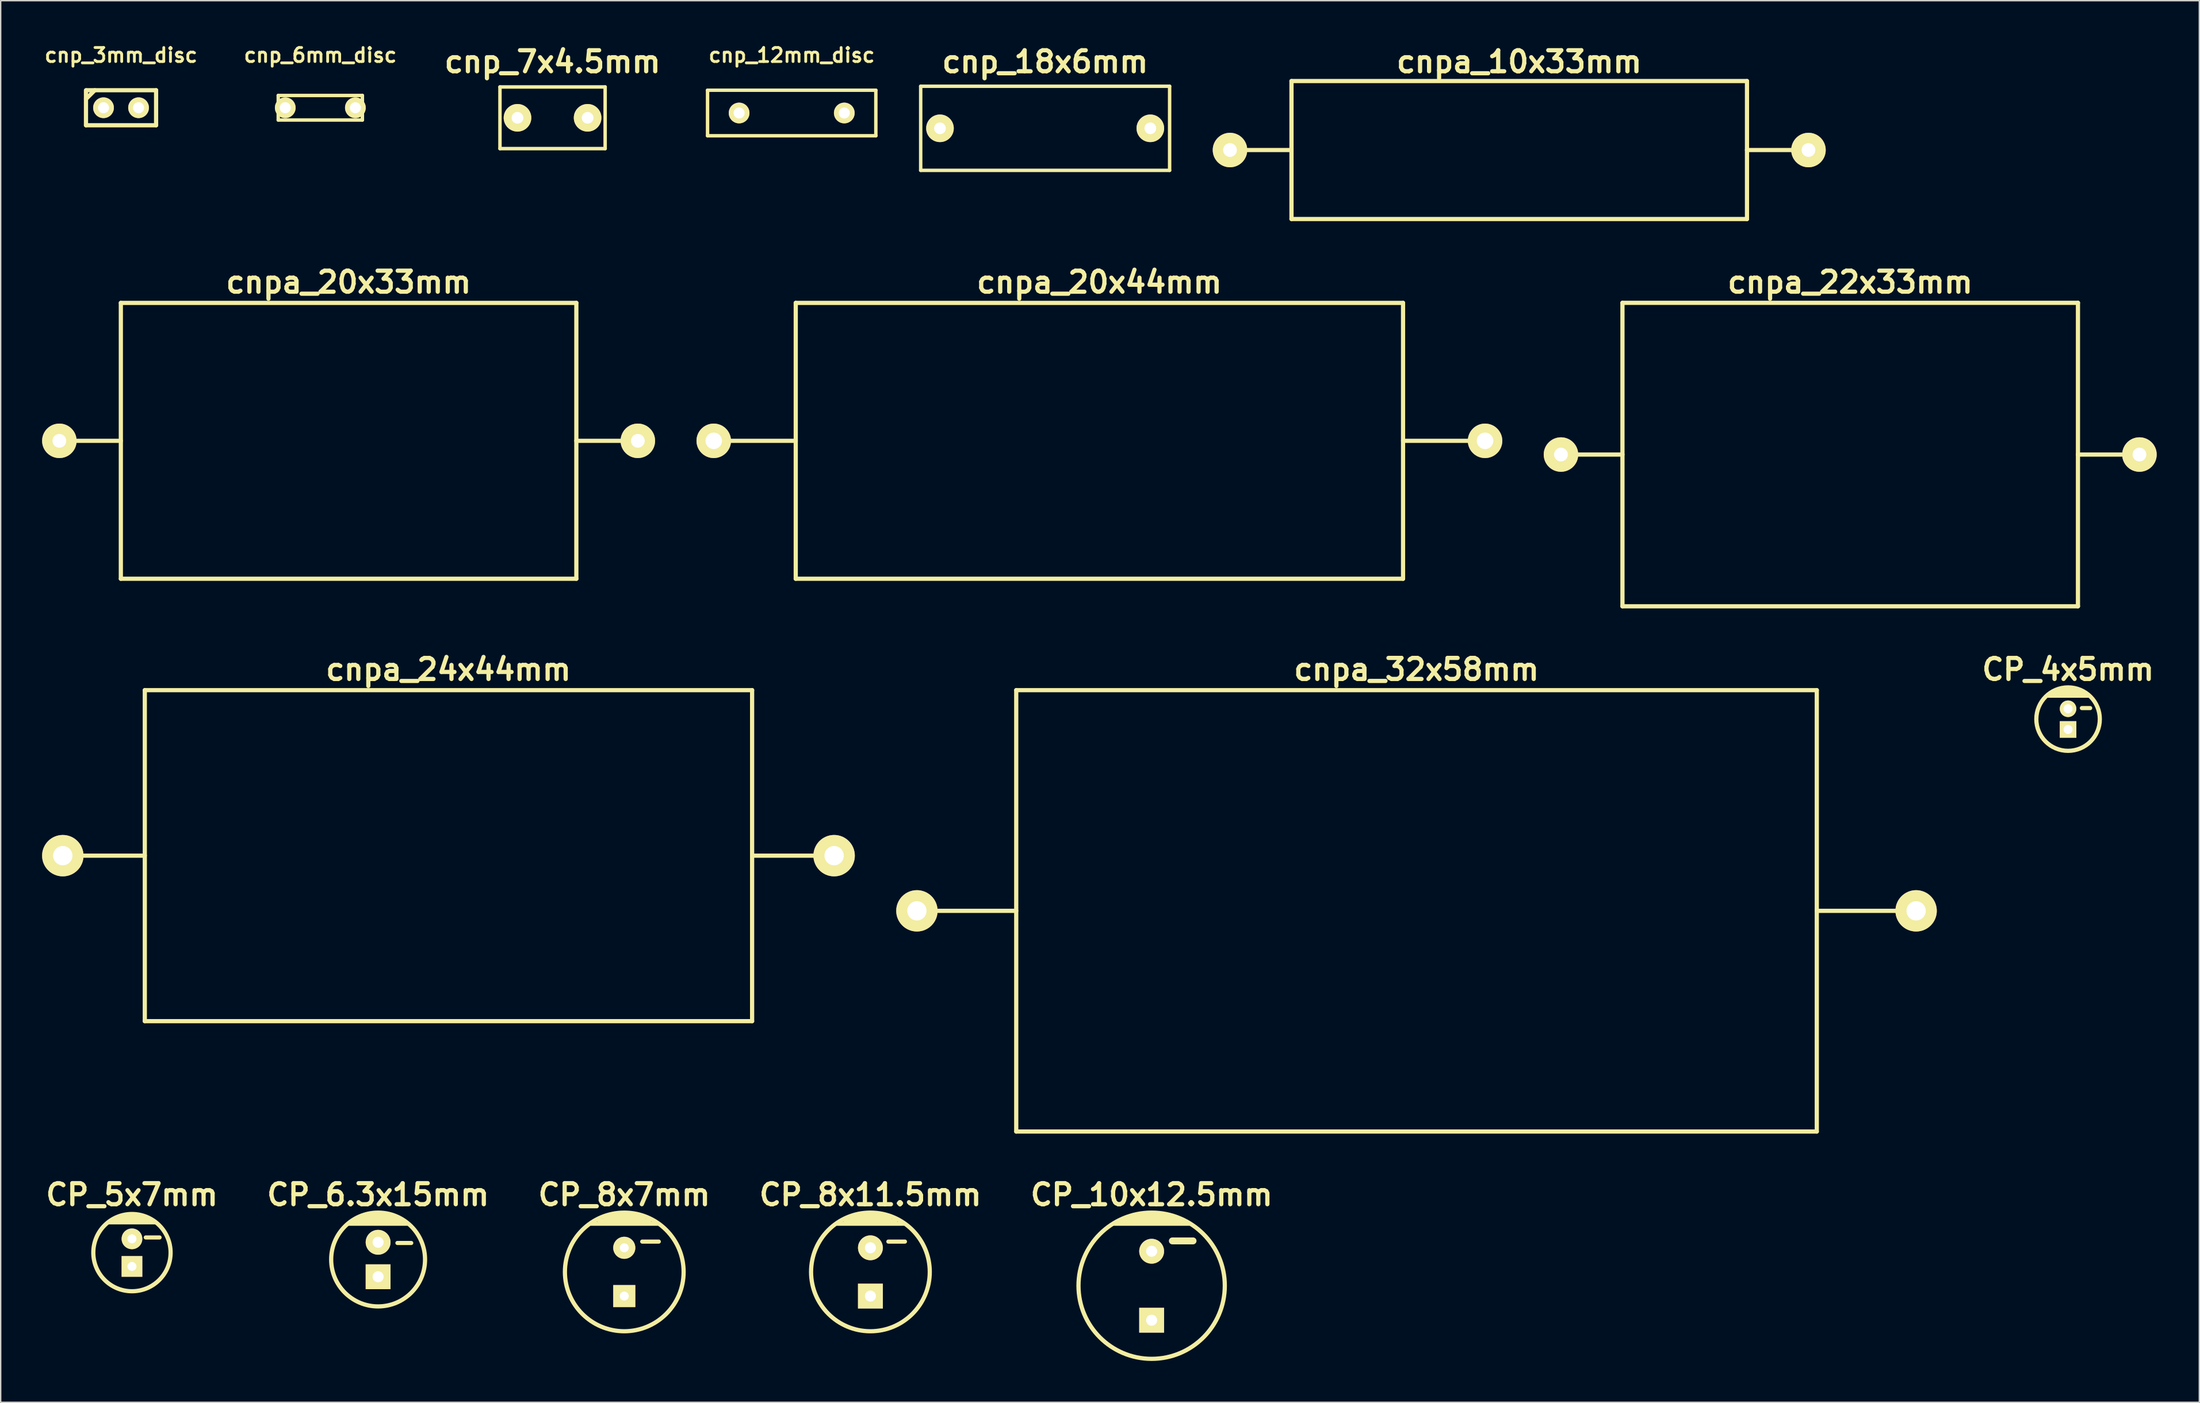
<source format=kicad_pcb>
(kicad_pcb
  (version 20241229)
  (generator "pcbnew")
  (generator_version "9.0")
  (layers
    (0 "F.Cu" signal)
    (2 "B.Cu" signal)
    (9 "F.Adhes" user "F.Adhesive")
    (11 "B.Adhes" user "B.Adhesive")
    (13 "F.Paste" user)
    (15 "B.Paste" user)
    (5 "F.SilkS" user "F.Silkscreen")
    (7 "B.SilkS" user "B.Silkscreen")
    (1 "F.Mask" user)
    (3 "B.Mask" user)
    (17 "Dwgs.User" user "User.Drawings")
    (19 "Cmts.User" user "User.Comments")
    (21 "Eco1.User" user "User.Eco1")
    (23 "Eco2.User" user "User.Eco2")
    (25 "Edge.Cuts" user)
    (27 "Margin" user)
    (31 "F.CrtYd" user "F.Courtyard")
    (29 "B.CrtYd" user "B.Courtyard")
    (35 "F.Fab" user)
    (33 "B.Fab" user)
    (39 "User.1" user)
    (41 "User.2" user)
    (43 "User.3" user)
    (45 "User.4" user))
  (footprint "cnp_18x6mm"
    (layer "F.Cu")
    (at 72.669 6.252)
    (property "Reference" "cnp_18x6mm" (at 0 -4.826 0) (layer "F.SilkS") (effects (font (size 1.524 1.524) (thickness 0.305))))
    (attr through_hole)
    (fp_line (start -9.017 -3.048) (end -9.017 3.048) (stroke (width 0.249) (type solid)) (layer "F.SilkS"))
    (fp_line (start -9.017 3.048) (end 9.017 3.048) (stroke (width 0.249) (type solid)) (layer "F.SilkS"))
    (fp_line (start 9.017 -3.048) (end -9.017 -3.048) (stroke (width 0.249) (type solid)) (layer "F.SilkS"))
    (fp_line (start 9.017 -3.048) (end 9.017 3.048) (stroke (width 0.249) (type solid)) (layer "F.SilkS"))
    (pad "1" thru_hole circle (at -7.62 0) (size 1.999 1.999) (drill 0.848) (layers "*.Cu" "*.Mask" "F.SilkS"))
    (pad "2" thru_hole circle (at 7.62 0) (size 1.999 1.999) (drill 0.848) (layers "*.Cu" "*.Mask" "F.SilkS")))
  (footprint "cnp_7x4.5mm"
    (layer "F.Cu")
    (at 36.981 5.49)
    (property "Reference" "cnp_7x4.5mm" (at 0 -4.064 0) (layer "F.SilkS") (effects (font (size 1.524 1.524) (thickness 0.305))))
    (attr through_hole)
    (fp_line (start -3.81 -2.235) (end 3.81 -2.235) (stroke (width 0.254) (type solid)) (layer "F.SilkS"))
    (fp_line (start -3.81 2.235) (end -3.81 -2.235) (stroke (width 0.249) (type solid)) (layer "F.SilkS"))
    (fp_line (start 3.81 2.235) (end -3.81 2.235) (stroke (width 0.254) (type solid)) (layer "F.SilkS"))
    (fp_line (start 3.81 2.235) (end 3.81 -2.235) (stroke (width 0.249) (type solid)) (layer "F.SilkS"))
    (pad "1" thru_hole circle (at -2.54 0) (size 1.999 1.999) (drill 0.848) (layers "*.Cu" "*.Mask" "F.SilkS"))
    (pad "2" thru_hole circle (at 2.54 0) (size 1.999 1.999) (drill 0.848) (layers "*.Cu" "*.Mask" "F.SilkS")))
  (footprint "cnpa_20x44mm"
    (layer "F.Cu")
    (at 76.599 28.909)
    (property "Reference" "cnpa_20x44mm" (at 0 -11.501 0) (layer "F.SilkS") (effects (font (size 1.524 1.524) (thickness 0.305))))
    (attr through_hole)
    (fp_line (start -21.999 -10) (end -21.999 10) (stroke (width 0.305) (type solid)) (layer "F.SilkS"))
    (fp_line (start -21.999 0) (end -28.001 0) (stroke (width 0.305) (type solid)) (layer "F.SilkS"))
    (fp_line (start -21.999 10) (end 21.999 10) (stroke (width 0.305) (type solid)) (layer "F.SilkS"))
    (fp_line (start 21.999 -10) (end -21.999 -10) (stroke (width 0.305) (type solid)) (layer "F.SilkS"))
    (fp_line (start 21.999 0) (end 28.001 0) (stroke (width 0.305) (type solid)) (layer "F.SilkS"))
    (fp_line (start 21.999 10) (end 21.999 -10) (stroke (width 0.305) (type solid)) (layer "F.SilkS"))
    (pad "1" thru_hole circle (at 27.94 0) (size 2.499 2.499) (drill 1.199) (layers "*.Cu" "*.Mask" "F.SilkS"))
    (pad "2" thru_hole circle (at -27.94 0) (size 2.499 2.499) (drill 1.199) (layers "*.Cu" "*.Mask" "F.SilkS")))
  (footprint "cnpa_24x44mm"
    (layer "F.Cu")
    (at 29.44 58.984)
    (property "Reference" "cnpa_24x44mm" (at 0 -13.5 0) (layer "F.SilkS") (effects (font (size 1.524 1.524) (thickness 0.305))))
    (attr through_hole)
    (fp_line (start -21.999 0) (end -28.001 0) (stroke (width 0.305) (type solid)) (layer "F.SilkS"))
    (fp_line (start -21.999 11.999) (end -21.999 -11.999) (stroke (width 0.305) (type solid)) (layer "F.SilkS"))
    (fp_line (start -21.999 11.999) (end 21.999 11.999) (stroke (width 0.305) (type solid)) (layer "F.SilkS"))
    (fp_line (start 21.999 -11.999) (end -21.999 -11.999) (stroke (width 0.305) (type solid)) (layer "F.SilkS"))
    (fp_line (start 21.999 -11.999) (end 21.999 11.999) (stroke (width 0.305) (type solid)) (layer "F.SilkS"))
    (fp_line (start 21.999 0) (end 28.001 0) (stroke (width 0.305) (type solid)) (layer "F.SilkS"))
    (pad "1" thru_hole circle (at 27.94 0) (size 3 3) (drill 1.4) (layers "*.Cu" "*.Mask" "F.SilkS"))
    (pad "2" thru_hole circle (at -27.94 0) (size 3 3) (drill 1.4) (layers "*.Cu" "*.Mask" "F.SilkS")))
  (footprint "CP_10x12.5mm"
    (layer "F.Cu")
    (at 80.384 90.163)
    (property "Reference" "CP_10x12.5mm" (at 0 -6.6 0) (layer "F.SilkS") (effects (font (size 1.524 1.524) (thickness 0.305))))
    (attr through_hole)
    (fp_line (start -2.7 -4.5) (end 2.7 -4.5) (stroke (width 0.305) (type solid)) (layer "F.SilkS"))
    (fp_line (start -1.3 -5.1) (end 1.3 -5.1) (stroke (width 0.305) (type solid)) (layer "F.SilkS"))
    (fp_line (start 1.5 -3.25) (end 3 -3.25) (stroke (width 0.5) (type solid)) (layer "F.SilkS"))
    (fp_line (start 1.9 -4.9) (end -1.9 -4.9) (stroke (width 0.305) (type solid)) (layer "F.SilkS"))
    (fp_line (start 2.3 -4.7) (end -2.3 -4.7) (stroke (width 0.305) (type solid)) (layer "F.SilkS"))
    (fp_circle (center 0 0) (end -5.3 0) (stroke (width 0.305) (type solid)) (fill no) (layer "F.SilkS"))
    (pad "1" thru_hole rect (at 0 2.5) (size 1.8 1.8) (drill 0.8) (layers "*.Cu" "*.Mask" "F.SilkS"))
    (pad "2" thru_hole circle (at 0 -2.5) (size 1.8 1.8) (drill 0.8) (layers "*.Cu" "*.Mask" "F.SilkS")))
  (footprint "CP_8x11.5mm"
    (layer "F.Cu")
    (at 60.01 89.163)
    (property "Reference" "CP_8x11.5mm" (at 0 -5.6 0) (layer "F.SilkS") (effects (font (size 1.524 1.524) (thickness 0.305))))
    (attr through_hole)
    (fp_line (start -2.4 -3.5) (end 2.4 -3.5) (stroke (width 0.305) (type solid)) (layer "F.SilkS"))
    (fp_line (start -1.8 -3.7) (end 1.8 -3.7) (stroke (width 0.305) (type solid)) (layer "F.SilkS"))
    (fp_line (start -1.4 -3.9) (end 1.4 -3.9) (stroke (width 0.305) (type solid)) (layer "F.SilkS"))
    (fp_line (start -0.8 -4.1) (end 0.9 -4.1) (stroke (width 0.305) (type solid)) (layer "F.SilkS"))
    (fp_line (start 1.3 -2.2) (end 2.5 -2.2) (stroke (width 0.3) (type solid)) (layer "F.SilkS"))
    (fp_circle (center 0 0) (end -4.3 0) (stroke (width 0.305) (type solid)) (fill no) (layer "F.SilkS"))
    (pad "1" thru_hole rect (at 0 1.75) (size 1.8 1.8) (drill 0.8) (layers "*.Cu" "*.Mask" "F.SilkS"))
    (pad "2" thru_hole circle (at 0 -1.75) (size 1.8 1.8) (drill 0.8) (layers "*.Cu" "*.Mask" "F.SilkS")))
  (footprint "cnpa_32x58mm"
    (layer "F.Cu")
    (at 99.573 62.984)
    (property "Reference" "cnpa_32x58mm" (at 0 -17.501 0) (layer "F.SilkS") (effects (font (size 1.524 1.524) (thickness 0.305))))
    (attr through_hole)
    (fp_line (start -28.999 -15.999) (end 28.999 -15.999) (stroke (width 0.305) (type solid)) (layer "F.SilkS"))
    (fp_line (start -28.999 0) (end -36.5 0) (stroke (width 0.305) (type solid)) (layer "F.SilkS"))
    (fp_line (start -28.999 15.999) (end -28.999 -15.999) (stroke (width 0.305) (type solid)) (layer "F.SilkS"))
    (fp_line (start 28.999 -15.999) (end 28.999 15.999) (stroke (width 0.305) (type solid)) (layer "F.SilkS"))
    (fp_line (start 28.999 0) (end 36.5 0) (stroke (width 0.305) (type solid)) (layer "F.SilkS"))
    (fp_line (start 28.999 15.999) (end -28.999 15.999) (stroke (width 0.305) (type solid)) (layer "F.SilkS"))
    (pad "1" thru_hole circle (at 36.195 0) (size 2.997 2.997) (drill 1.397) (layers "*.Cu" "*.Mask" "F.SilkS"))
    (pad "2" thru_hole circle (at -36.195 0) (size 2.997 2.997) (drill 1.397) (layers "*.Cu" "*.Mask" "F.SilkS")))
  (footprint "cnp_3mm_disc"
    (layer "F.Cu")
    (at 5.719 4.761)
    (property "Reference" "cnp_3mm_disc" (at 0 -3.81 0) (layer "F.SilkS") (effects (font (size 1.016 1.016) (thickness 0.203))))
    (attr through_hole)
    (fp_line (start -2.54 -0.635) (end -1.905 -1.27) (stroke (width 0.305) (type solid)) (layer "F.SilkS"))
    (fp_line (start -2.54 1.27) (end -2.54 -1.27) (stroke (width 0.305) (type solid)) (layer "F.SilkS"))
    (fp_line (start -2.489 -1.27) (end 2.54 -1.27) (stroke (width 0.305) (type solid)) (layer "F.SilkS"))
    (fp_line (start 2.54 -1.27) (end 2.54 1.27) (stroke (width 0.305) (type solid)) (layer "F.SilkS"))
    (fp_line (start 2.54 1.27) (end -2.54 1.27) (stroke (width 0.305) (type solid)) (layer "F.SilkS"))
    (pad "1" thru_hole circle (at -1.27 0) (size 1.501 1.501) (drill 0.8) (layers "*.Cu" "*.Mask" "F.SilkS"))
    (pad "2" thru_hole circle (at 1.27 0) (size 1.501 1.501) (drill 0.8) (layers "*.Cu" "*.Mask" "F.SilkS")))
  (footprint "CP_5x7mm"
    (layer "F.Cu")
    (at 6.51 87.763)
    (property "Reference" "CP_5x7mm" (at 0 -4.2 0) (layer "F.SilkS") (effects (font (size 1.524 1.524) (thickness 0.305))))
    (attr through_hole)
    (fp_line (start -1.7 -2.2) (end 1.7 -2.2) (stroke (width 0.305) (type solid)) (layer "F.SilkS"))
    (fp_line (start -1.3 -2.4) (end 1.3 -2.4) (stroke (width 0.305) (type solid)) (layer "F.SilkS"))
    (fp_line (start -0.8 -2.6) (end 0.8 -2.6) (stroke (width 0.305) (type solid)) (layer "F.SilkS"))
    (fp_line (start 1 -1.1) (end 2 -1.1) (stroke (width 0.3) (type solid)) (layer "F.SilkS"))
    (fp_circle (center 0 0) (end 2.8 0) (stroke (width 0.305) (type solid)) (fill no) (layer "F.SilkS"))
    (pad "1" thru_hole rect (at 0 1) (size 1.5 1.5) (drill 0.65) (layers "*.Cu" "*.Mask" "F.SilkS"))
    (pad "2" thru_hole circle (at 0 -1) (size 1.5 1.5) (drill 0.65) (layers "*.Cu" "*.Mask" "F.SilkS")))
  (footprint "cnp_12mm_disc"
    (layer "F.Cu")
    (at 54.307 5.142)
    (property "Reference" "cnp_12mm_disc" (at 0 -4.191 0) (layer "F.SilkS") (effects (font (size 1.016 1.016) (thickness 0.203))))
    (attr through_hole)
    (fp_line (start -6.096 -1.651) (end -6.096 1.651) (stroke (width 0.249) (type solid)) (layer "F.SilkS"))
    (fp_line (start -6.096 1.651) (end 6.096 1.651) (stroke (width 0.249) (type solid)) (layer "F.SilkS"))
    (fp_line (start 6.096 -1.651) (end -6.096 -1.651) (stroke (width 0.249) (type solid)) (layer "F.SilkS"))
    (fp_line (start 6.096 1.651) (end 6.096 -1.651) (stroke (width 0.249) (type solid)) (layer "F.SilkS"))
    (pad "1" thru_hole circle (at -3.81 0) (size 1.501 1.501) (drill 0.8) (layers "*.Cu" "*.Mask" "F.SilkS"))
    (pad "2" thru_hole circle (at 3.81 0) (size 1.501 1.501) (drill 0.8) (layers "*.Cu" "*.Mask" "F.SilkS")))
  (footprint "CP_8x7mm"
    (layer "F.Cu")
    (at 42.177 89.163)
    (property "Reference" "CP_8x7mm" (at 0 -5.6 0) (layer "F.SilkS") (effects (font (size 1.524 1.524) (thickness 0.305))))
    (attr through_hole)
    (fp_line (start -2.4 -3.5) (end 2.4 -3.5) (stroke (width 0.305) (type solid)) (layer "F.SilkS"))
    (fp_line (start -1.8 -3.7) (end 1.8 -3.7) (stroke (width 0.305) (type solid)) (layer "F.SilkS"))
    (fp_line (start -1.4 -3.9) (end 1.4 -3.9) (stroke (width 0.305) (type solid)) (layer "F.SilkS"))
    (fp_line (start -0.8 -4.1) (end 0.9 -4.1) (stroke (width 0.305) (type solid)) (layer "F.SilkS"))
    (fp_line (start 1.3 -2.2) (end 2.5 -2.2) (stroke (width 0.3) (type solid)) (layer "F.SilkS"))
    (fp_circle (center 0 0) (end -4.3 0) (stroke (width 0.305) (type solid)) (fill no) (layer "F.SilkS"))
    (pad "1" thru_hole rect (at 0 1.75) (size 1.6 1.6) (drill 0.65) (layers "*.Cu" "*.Mask" "F.SilkS"))
    (pad "2" thru_hole circle (at 0 -1.75) (size 1.6 1.6) (drill 0.65) (layers "*.Cu" "*.Mask" "F.SilkS")))
  (footprint "cnpa_20x33mm"
    (layer "F.Cu")
    (at 22.205 28.909)
    (property "Reference" "cnpa_20x33mm" (at 0 -11.501 0) (layer "F.SilkS") (effects (font (size 1.524 1.524) (thickness 0.305))))
    (attr through_hole)
    (fp_line (start -16.5 -10) (end 16.5 -10) (stroke (width 0.305) (type solid)) (layer "F.SilkS"))
    (fp_line (start -16.5 0) (end -21.001 0) (stroke (width 0.305) (type solid)) (layer "F.SilkS"))
    (fp_line (start -16.5 10) (end -16.5 -10) (stroke (width 0.305) (type solid)) (layer "F.SilkS"))
    (fp_line (start 16.5 -10) (end 16.5 10) (stroke (width 0.305) (type solid)) (layer "F.SilkS"))
    (fp_line (start 16.5 10) (end -16.5 10) (stroke (width 0.305) (type solid)) (layer "F.SilkS"))
    (fp_line (start 20.998 0) (end 16.497 0) (stroke (width 0.305) (type solid)) (layer "F.SilkS"))
    (pad "1" thru_hole circle (at 20.955 0) (size 2.499 2.499) (drill 0.996) (layers "*.Cu" "*.Mask" "F.SilkS"))
    (pad "2" thru_hole circle (at -20.955 0) (size 2.499 2.499) (drill 0.996) (layers "*.Cu" "*.Mask" "F.SilkS")))
  (footprint "CP_6.3x15mm"
    (layer "F.Cu")
    (at 24.343 88.263)
    (property "Reference" "CP_6.3x15mm" (at 0 -4.7 0) (layer "F.SilkS") (effects (font (size 1.524 1.524) (thickness 0.305))))
    (attr through_hole)
    (fp_line (start -2.1 -2.6) (end 2.1 -2.6) (stroke (width 0.305) (type solid)) (layer "F.SilkS"))
    (fp_line (start -1.8 -2.8) (end 1.8 -2.8) (stroke (width 0.305) (type solid)) (layer "F.SilkS"))
    (fp_line (start -1.4 -3) (end 1.4 -3) (stroke (width 0.305) (type solid)) (layer "F.SilkS"))
    (fp_line (start -0.8 -3.2) (end 0.9 -3.2) (stroke (width 0.305) (type solid)) (layer "F.SilkS"))
    (fp_line (start 1.4 -1.2) (end 2.4 -1.2) (stroke (width 0.3) (type solid)) (layer "F.SilkS"))
    (fp_circle (center 0 0) (end -3.4 0) (stroke (width 0.305) (type solid)) (fill no) (layer "F.SilkS"))
    (pad "1" thru_hole rect (at 0 1.25) (size 1.8 1.8) (drill 0.8) (layers "*.Cu" "*.Mask" "F.SilkS"))
    (pad "2" thru_hole circle (at 0 -1.25) (size 1.8 1.8) (drill 0.8) (layers "*.Cu" "*.Mask" "F.SilkS")))
  (footprint "cnp_6mm_disc"
    (layer "F.Cu")
    (at 20.156 4.761)
    (property "Reference" "cnp_6mm_disc" (at 0 -3.81 0) (layer "F.SilkS") (effects (font (size 1.016 1.016) (thickness 0.203))))
    (attr through_hole)
    (fp_line (start -3.048 -0.889) (end -3.048 0.889) (stroke (width 0.249) (type solid)) (layer "F.SilkS"))
    (fp_line (start -3.048 0.889) (end 3.048 0.889) (stroke (width 0.249) (type solid)) (layer "F.SilkS"))
    (fp_line (start 3.048 -0.889) (end -3.048 -0.889) (stroke (width 0.249) (type solid)) (layer "F.SilkS"))
    (fp_line (start 3.048 0.889) (end 3.048 -0.889) (stroke (width 0.249) (type solid)) (layer "F.SilkS"))
    (pad "1" thru_hole circle (at -2.54 0) (size 1.501 1.501) (drill 0.8) (layers "*.Cu" "*.Mask" "F.SilkS"))
    (pad "2" thru_hole circle (at 2.54 0) (size 1.501 1.501) (drill 0.8) (layers "*.Cu" "*.Mask" "F.SilkS")))
  (footprint "cnpa_10x33mm"
    (layer "F.Cu")
    (at 107.015 7.827)
    (property "Reference" "cnpa_10x33mm" (at 0 -6.401 0) (layer "F.SilkS") (effects (font (size 1.524 1.524) (thickness 0.305))))
    (attr through_hole)
    (fp_line (start -16.5 -5.001) (end 16.5 -5.001) (stroke (width 0.305) (type solid)) (layer "F.SilkS"))
    (fp_line (start -16.5 0) (end -21.001 0) (stroke (width 0.305) (type solid)) (layer "F.SilkS"))
    (fp_line (start -16.5 5.001) (end -16.5 -5.001) (stroke (width 0.305) (type solid)) (layer "F.SilkS"))
    (fp_line (start 16.5 -5.001) (end 16.5 5.001) (stroke (width 0.305) (type solid)) (layer "F.SilkS"))
    (fp_line (start 16.5 5.001) (end -16.5 5.001) (stroke (width 0.305) (type solid)) (layer "F.SilkS"))
    (fp_line (start 20.998 0) (end 16.497 0) (stroke (width 0.305) (type solid)) (layer "F.SilkS"))
    (pad "1" thru_hole circle (at 20.955 0) (size 2.499 2.499) (drill 0.996) (layers "*.Cu" "*.Mask" "F.SilkS"))
    (pad "2" thru_hole circle (at -20.955 0) (size 2.499 2.499) (drill 0.996) (layers "*.Cu" "*.Mask" "F.SilkS")))
  (footprint "cnpa_22x33mm"
    (layer "F.Cu")
    (at 130.993 29.904)
    (property "Reference" "cnpa_22x33mm" (at 0 -12.497 0) (layer "F.SilkS") (effects (font (size 1.524 1.524) (thickness 0.305))))
    (attr through_hole)
    (fp_line (start -16.5 -11.001) (end 16.5 -11.001) (stroke (width 0.305) (type solid)) (layer "F.SilkS"))
    (fp_line (start -16.5 0) (end -21.001 0) (stroke (width 0.305) (type solid)) (layer "F.SilkS"))
    (fp_line (start -16.5 11.001) (end -16.5 -11.001) (stroke (width 0.305) (type solid)) (layer "F.SilkS"))
    (fp_line (start 16.5 -11.001) (end 16.5 11.001) (stroke (width 0.305) (type solid)) (layer "F.SilkS"))
    (fp_line (start 16.5 11.001) (end -16.5 11.001) (stroke (width 0.305) (type solid)) (layer "F.SilkS"))
    (fp_line (start 20.998 0) (end 16.497 0) (stroke (width 0.305) (type solid)) (layer "F.SilkS"))
    (pad "1" thru_hole circle (at 20.955 0) (size 2.499 2.499) (drill 0.996) (layers "*.Cu" "*.Mask" "F.SilkS"))
    (pad "2" thru_hole circle (at -20.955 0) (size 2.499 2.499) (drill 0.996) (layers "*.Cu" "*.Mask" "F.SilkS")))
  (footprint "CP_4x5mm"
    (layer "F.Cu")
    (at 146.777 49.084)
    (property "Reference" "CP_4x5mm" (at 0 -3.6 0) (layer "F.SilkS") (effects (font (size 1.524 1.524) (thickness 0.305))))
    (attr through_hole)
    (fp_line (start -1.5 -1.7) (end 1.5 -1.7) (stroke (width 0.305) (type solid)) (layer "F.SilkS"))
    (fp_line (start -1.2 -1.9) (end 1.2 -1.9) (stroke (width 0.305) (type solid)) (layer "F.SilkS"))
    (fp_line (start -0.7 -2.1) (end 0.7 -2.1) (stroke (width 0.305) (type solid)) (layer "F.SilkS"))
    (fp_line (start 1 -0.8) (end 1.6 -0.8) (stroke (width 0.3) (type solid)) (layer "F.SilkS"))
    (fp_circle (center 0 0) (end -2.3 0) (stroke (width 0.305) (type solid)) (fill no) (layer "F.SilkS"))
    (pad "1" thru_hole rect (at 0 0.75) (size 1.2 1.2) (drill 0.65) (layers "*.Cu" "*.Mask" "F.SilkS"))
    (pad "2" thru_hole circle (at 0 -0.75) (size 1.2 1.2) (drill 0.65) (layers "*.Cu" "*.Mask" "F.SilkS")))
  (gr_rect
    (start -3 -3)
    (end 156.286 98.615)
    (stroke (width 0.1) (type default))
    (fill no)
    (layer "Edge.Cuts")))
</source>
